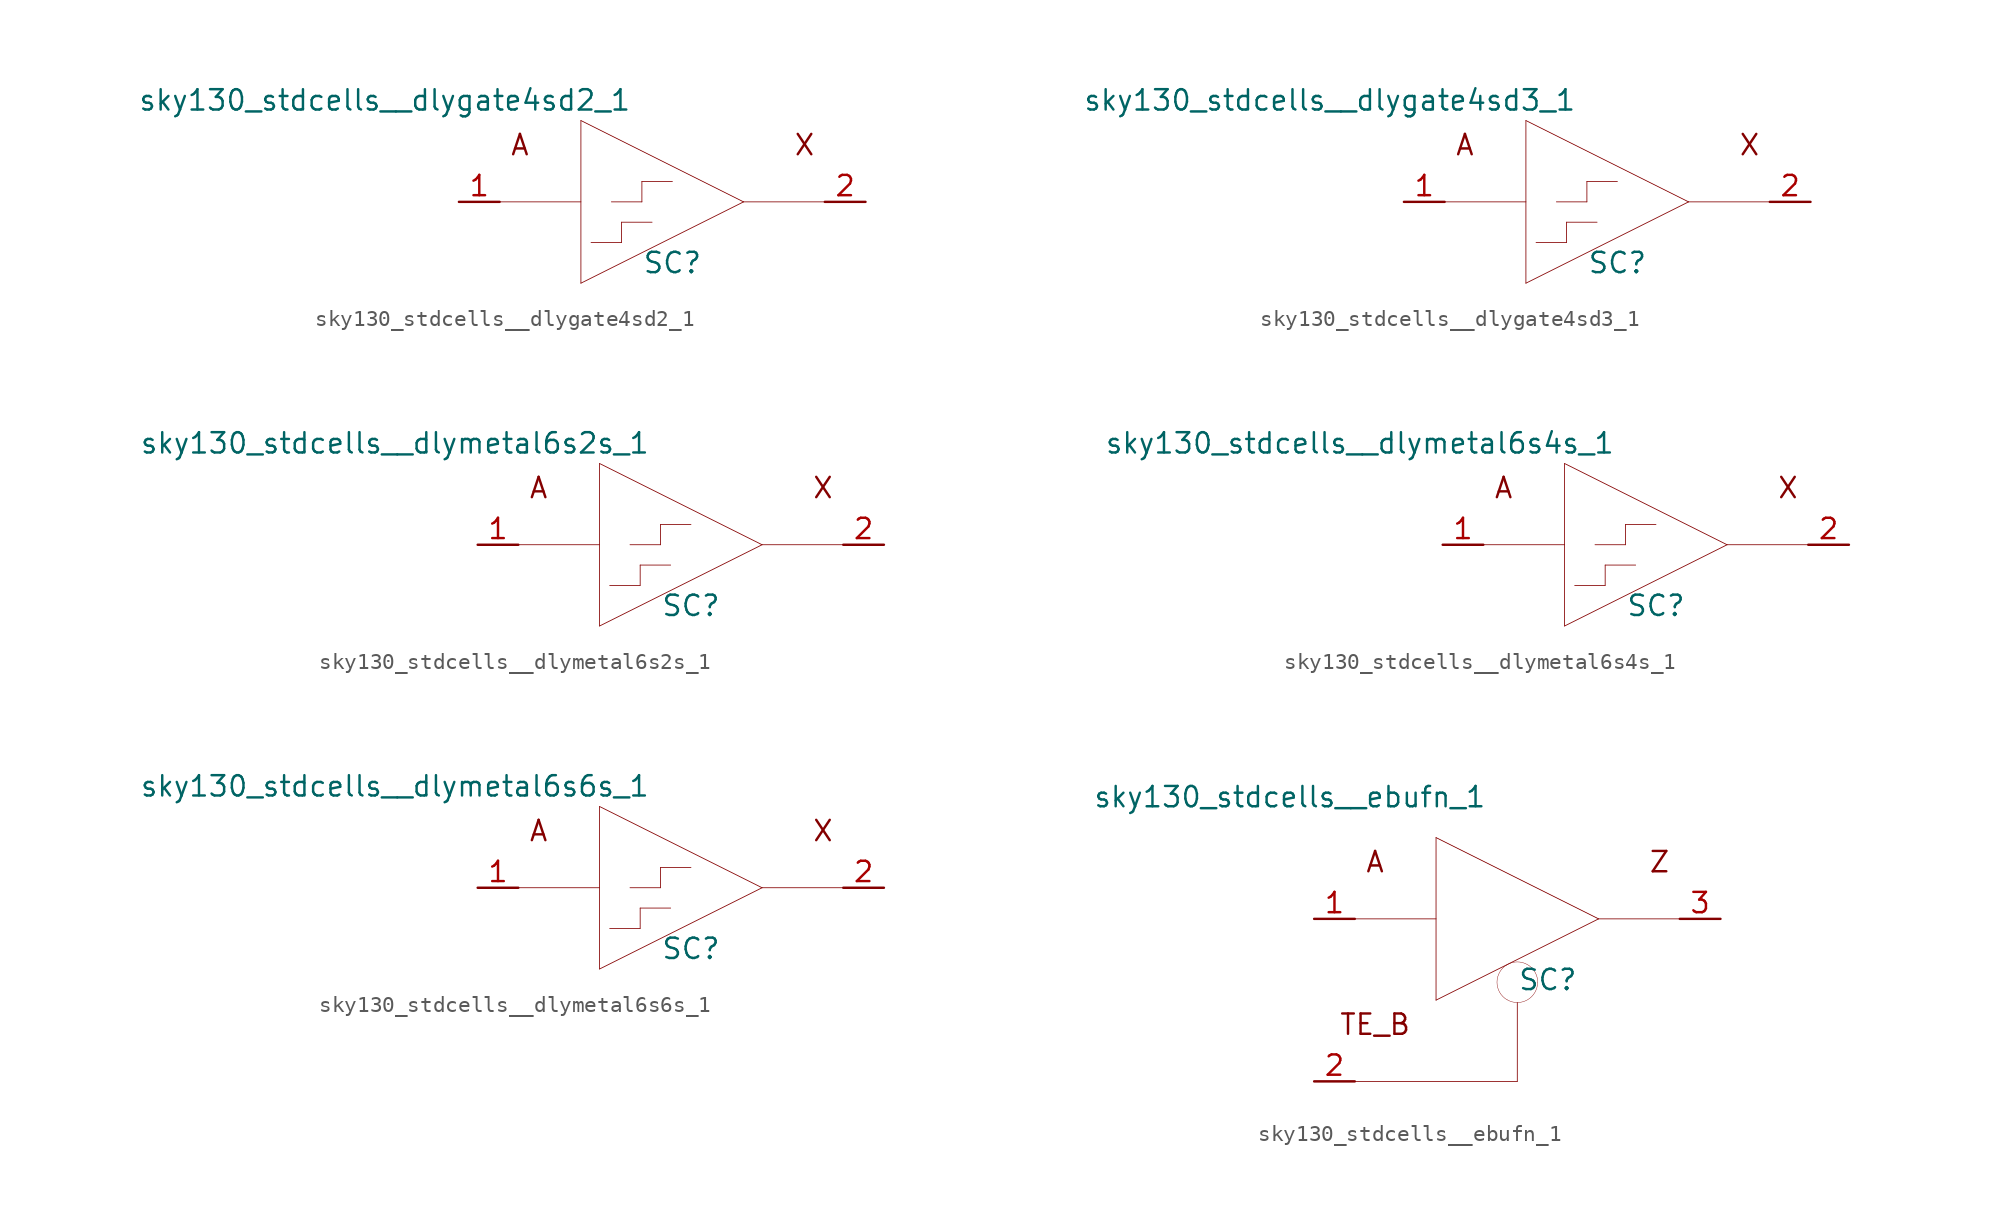
<source format=kicad_sym>
(kicad_symbol_lib
  (version 20211014)
  (generator kicad_symbol_editor)
  (symbol "sky130_stdcells__dlygate4sd2_1"
    (pin_names hide)
    (property "Reference" "SC"
      (at 0.635 -3.81 0)
      (effects (font (size 1.27 1.27))))
    (property "Value" "sky130_stdcells__dlygate4sd2_1"
      (at -1.905 6.35 0)
      (effects (font (size 1.27 1.27)) (justify right)))
    (symbol "sky130_stdcells__dlygate4sd2_1_0_0"
      (polyline (pts (xy -10.16 0) (xy -5.08 0)) (stroke (width 0.051) (type default) (color 0 0 0 0)) (fill (type none)))
      (polyline (pts (xy -5.08 -5.08) (xy 5.08 0)) (stroke (width 0.051) (type default) (color 0 0 0 0)) (fill (type none)))
      (polyline (pts (xy -5.08 5.08) (xy -5.08 -5.08)) (stroke (width 0.051) (type default) (color 0 0 0 0)) (fill (type none)))
      (polyline (pts (xy -5.08 5.08) (xy 5.08 0)) (stroke (width 0.051) (type default) (color 0 0 0 0)) (fill (type none)))
      (polyline (pts (xy -4.445 -2.54) (xy -2.54 -2.54)) (stroke (width 0.051) (type default) (color 0 0 0 0)) (fill (type none)))
      (polyline (pts (xy -3.175 0) (xy -1.27 0)) (stroke (width 0.051) (type default) (color 0 0 0 0)) (fill (type none)))
      (polyline (pts (xy -2.54 -1.27) (xy -2.54 -2.54)) (stroke (width 0.051) (type default) (color 0 0 0 0)) (fill (type none)))
      (polyline (pts (xy -2.54 -1.27) (xy -0.635 -1.27)) (stroke (width 0.051) (type default) (color 0 0 0 0)) (fill (type none)))
      (polyline (pts (xy -1.27 1.27) (xy -1.27 0)) (stroke (width 0.051) (type default) (color 0 0 0 0)) (fill (type none)))
      (polyline (pts (xy -1.27 1.27) (xy 0.635 1.27)) (stroke (width 0.051) (type default) (color 0 0 0 0)) (fill (type none)))
      (polyline (pts (xy 5.08 0) (xy 10.16 0)) (stroke (width 0.051) (type default) (color 0 0 0 0)) (fill (type none)))
      (text "A" (at -8.89 3.556 0) (effects (font (size 1.27 1.27))))
      (text "X" (at 8.89 3.556 0) (effects (font (size 1.27 1.27)))))
    (symbol "sky130_stdcells__dlygate4sd2_1_1_1"
      (pin input line (at -12.7 0 0) (length 2.54) (name "A" (effects (font (size 1.092 1.092)))) (number "1" (effects (font (size 1.27 1.27)))))
      (pin output line (at 12.7 0 180) (length 2.54) (name "X" (effects (font (size 1.092 1.092)))) (number "2" (effects (font (size 1.27 1.27)))))))
  (symbol "sky130_stdcells__dlygate4sd3_1"
    (pin_names hide)
    (property "Reference" "SC"
      (at 0.635 -3.81 0)
      (effects (font (size 1.27 1.27))))
    (property "Value" "sky130_stdcells__dlygate4sd3_1"
      (at -1.905 6.35 0)
      (effects (font (size 1.27 1.27)) (justify right)))
    (symbol "sky130_stdcells__dlygate4sd3_1_0_0"
      (polyline (pts (xy -10.16 0) (xy -5.08 0)) (stroke (width 0.051) (type default) (color 0 0 0 0)) (fill (type none)))
      (polyline (pts (xy -5.08 -5.08) (xy 5.08 0)) (stroke (width 0.051) (type default) (color 0 0 0 0)) (fill (type none)))
      (polyline (pts (xy -5.08 5.08) (xy -5.08 -5.08)) (stroke (width 0.051) (type default) (color 0 0 0 0)) (fill (type none)))
      (polyline (pts (xy -5.08 5.08) (xy 5.08 0)) (stroke (width 0.051) (type default) (color 0 0 0 0)) (fill (type none)))
      (polyline (pts (xy -4.445 -2.54) (xy -2.54 -2.54)) (stroke (width 0.051) (type default) (color 0 0 0 0)) (fill (type none)))
      (polyline (pts (xy -3.175 0) (xy -1.27 0)) (stroke (width 0.051) (type default) (color 0 0 0 0)) (fill (type none)))
      (polyline (pts (xy -2.54 -1.27) (xy -2.54 -2.54)) (stroke (width 0.051) (type default) (color 0 0 0 0)) (fill (type none)))
      (polyline (pts (xy -2.54 -1.27) (xy -0.635 -1.27)) (stroke (width 0.051) (type default) (color 0 0 0 0)) (fill (type none)))
      (polyline (pts (xy -1.27 1.27) (xy -1.27 0)) (stroke (width 0.051) (type default) (color 0 0 0 0)) (fill (type none)))
      (polyline (pts (xy -1.27 1.27) (xy 0.635 1.27)) (stroke (width 0.051) (type default) (color 0 0 0 0)) (fill (type none)))
      (polyline (pts (xy 5.08 0) (xy 10.16 0)) (stroke (width 0.051) (type default) (color 0 0 0 0)) (fill (type none)))
      (text "A" (at -8.89 3.556 0) (effects (font (size 1.27 1.27))))
      (text "X" (at 8.89 3.556 0) (effects (font (size 1.27 1.27)))))
    (symbol "sky130_stdcells__dlygate4sd3_1_1_1"
      (pin input line (at -12.7 0 0) (length 2.54) (name "A" (effects (font (size 1.092 1.092)))) (number "1" (effects (font (size 1.27 1.27)))))
      (pin output line (at 12.7 0 180) (length 2.54) (name "X" (effects (font (size 1.092 1.092)))) (number "2" (effects (font (size 1.27 1.27)))))))
  (symbol "sky130_stdcells__dlymetal6s2s_1"
    (pin_names hide)
    (property "Reference" "SC"
      (at 0.635 -3.81 0)
      (effects (font (size 1.27 1.27))))
    (property "Value" "sky130_stdcells__dlymetal6s2s_1"
      (at -1.905 6.35 0)
      (effects (font (size 1.27 1.27)) (justify right)))
    (symbol "sky130_stdcells__dlymetal6s2s_1_0_0"
      (polyline (pts (xy -10.16 0) (xy -5.08 0)) (stroke (width 0.051) (type default) (color 0 0 0 0)) (fill (type none)))
      (polyline (pts (xy -5.08 -5.08) (xy 5.08 0)) (stroke (width 0.051) (type default) (color 0 0 0 0)) (fill (type none)))
      (polyline (pts (xy -5.08 5.08) (xy -5.08 -5.08)) (stroke (width 0.051) (type default) (color 0 0 0 0)) (fill (type none)))
      (polyline (pts (xy -5.08 5.08) (xy 5.08 0)) (stroke (width 0.051) (type default) (color 0 0 0 0)) (fill (type none)))
      (polyline (pts (xy -4.445 -2.54) (xy -2.54 -2.54)) (stroke (width 0.051) (type default) (color 0 0 0 0)) (fill (type none)))
      (polyline (pts (xy -3.175 0) (xy -1.27 0)) (stroke (width 0.051) (type default) (color 0 0 0 0)) (fill (type none)))
      (polyline (pts (xy -2.54 -1.27) (xy -2.54 -2.54)) (stroke (width 0.051) (type default) (color 0 0 0 0)) (fill (type none)))
      (polyline (pts (xy -2.54 -1.27) (xy -0.635 -1.27)) (stroke (width 0.051) (type default) (color 0 0 0 0)) (fill (type none)))
      (polyline (pts (xy -1.27 1.27) (xy -1.27 0)) (stroke (width 0.051) (type default) (color 0 0 0 0)) (fill (type none)))
      (polyline (pts (xy -1.27 1.27) (xy 0.635 1.27)) (stroke (width 0.051) (type default) (color 0 0 0 0)) (fill (type none)))
      (polyline (pts (xy 5.08 0) (xy 10.16 0)) (stroke (width 0.051) (type default) (color 0 0 0 0)) (fill (type none)))
      (text "A" (at -8.89 3.556 0) (effects (font (size 1.27 1.27))))
      (text "X" (at 8.89 3.556 0) (effects (font (size 1.27 1.27)))))
    (symbol "sky130_stdcells__dlymetal6s2s_1_1_1"
      (pin input line (at -12.7 0 0) (length 2.54) (name "A" (effects (font (size 1.092 1.092)))) (number "1" (effects (font (size 1.27 1.27)))))
      (pin output line (at 12.7 0 180) (length 2.54) (name "X" (effects (font (size 1.092 1.092)))) (number "2" (effects (font (size 1.27 1.27)))))))
  (symbol "sky130_stdcells__dlymetal6s4s_1"
    (pin_names hide)
    (property "Reference" "SC"
      (at 0.635 -3.81 0)
      (effects (font (size 1.27 1.27))))
    (property "Value" "sky130_stdcells__dlymetal6s4s_1"
      (at -1.905 6.35 0)
      (effects (font (size 1.27 1.27)) (justify right)))
    (symbol "sky130_stdcells__dlymetal6s4s_1_0_0"
      (polyline (pts (xy -10.16 0) (xy -5.08 0)) (stroke (width 0.051) (type default) (color 0 0 0 0)) (fill (type none)))
      (polyline (pts (xy -5.08 -5.08) (xy 5.08 0)) (stroke (width 0.051) (type default) (color 0 0 0 0)) (fill (type none)))
      (polyline (pts (xy -5.08 5.08) (xy -5.08 -5.08)) (stroke (width 0.051) (type default) (color 0 0 0 0)) (fill (type none)))
      (polyline (pts (xy -5.08 5.08) (xy 5.08 0)) (stroke (width 0.051) (type default) (color 0 0 0 0)) (fill (type none)))
      (polyline (pts (xy -4.445 -2.54) (xy -2.54 -2.54)) (stroke (width 0.051) (type default) (color 0 0 0 0)) (fill (type none)))
      (polyline (pts (xy -3.175 0) (xy -1.27 0)) (stroke (width 0.051) (type default) (color 0 0 0 0)) (fill (type none)))
      (polyline (pts (xy -2.54 -1.27) (xy -2.54 -2.54)) (stroke (width 0.051) (type default) (color 0 0 0 0)) (fill (type none)))
      (polyline (pts (xy -2.54 -1.27) (xy -0.635 -1.27)) (stroke (width 0.051) (type default) (color 0 0 0 0)) (fill (type none)))
      (polyline (pts (xy -1.27 1.27) (xy -1.27 0)) (stroke (width 0.051) (type default) (color 0 0 0 0)) (fill (type none)))
      (polyline (pts (xy -1.27 1.27) (xy 0.635 1.27)) (stroke (width 0.051) (type default) (color 0 0 0 0)) (fill (type none)))
      (polyline (pts (xy 5.08 0) (xy 10.16 0)) (stroke (width 0.051) (type default) (color 0 0 0 0)) (fill (type none)))
      (text "A" (at -8.89 3.556 0) (effects (font (size 1.27 1.27))))
      (text "X" (at 8.89 3.556 0) (effects (font (size 1.27 1.27)))))
    (symbol "sky130_stdcells__dlymetal6s4s_1_1_1"
      (pin input line (at -12.7 0 0) (length 2.54) (name "A" (effects (font (size 1.092 1.092)))) (number "1" (effects (font (size 1.27 1.27)))))
      (pin output line (at 12.7 0 180) (length 2.54) (name "X" (effects (font (size 1.092 1.092)))) (number "2" (effects (font (size 1.27 1.27)))))))
  (symbol "sky130_stdcells__dlymetal6s6s_1"
    (pin_names hide)
    (property "Reference" "SC"
      (at 0.635 -3.81 0)
      (effects (font (size 1.27 1.27))))
    (property "Value" "sky130_stdcells__dlymetal6s6s_1"
      (at -1.905 6.35 0)
      (effects (font (size 1.27 1.27)) (justify right)))
    (symbol "sky130_stdcells__dlymetal6s6s_1_0_0"
      (polyline (pts (xy -10.16 0) (xy -5.08 0)) (stroke (width 0.051) (type default) (color 0 0 0 0)) (fill (type none)))
      (polyline (pts (xy -5.08 -5.08) (xy 5.08 0)) (stroke (width 0.051) (type default) (color 0 0 0 0)) (fill (type none)))
      (polyline (pts (xy -5.08 5.08) (xy -5.08 -5.08)) (stroke (width 0.051) (type default) (color 0 0 0 0)) (fill (type none)))
      (polyline (pts (xy -5.08 5.08) (xy 5.08 0)) (stroke (width 0.051) (type default) (color 0 0 0 0)) (fill (type none)))
      (polyline (pts (xy -4.445 -2.54) (xy -2.54 -2.54)) (stroke (width 0.051) (type default) (color 0 0 0 0)) (fill (type none)))
      (polyline (pts (xy -3.175 0) (xy -1.27 0)) (stroke (width 0.051) (type default) (color 0 0 0 0)) (fill (type none)))
      (polyline (pts (xy -2.54 -1.27) (xy -2.54 -2.54)) (stroke (width 0.051) (type default) (color 0 0 0 0)) (fill (type none)))
      (polyline (pts (xy -2.54 -1.27) (xy -0.635 -1.27)) (stroke (width 0.051) (type default) (color 0 0 0 0)) (fill (type none)))
      (polyline (pts (xy -1.27 1.27) (xy -1.27 0)) (stroke (width 0.051) (type default) (color 0 0 0 0)) (fill (type none)))
      (polyline (pts (xy -1.27 1.27) (xy 0.635 1.27)) (stroke (width 0.051) (type default) (color 0 0 0 0)) (fill (type none)))
      (polyline (pts (xy 5.08 0) (xy 10.16 0)) (stroke (width 0.051) (type default) (color 0 0 0 0)) (fill (type none)))
      (text "A" (at -8.89 3.556 0) (effects (font (size 1.27 1.27))))
      (text "X" (at 8.89 3.556 0) (effects (font (size 1.27 1.27)))))
    (symbol "sky130_stdcells__dlymetal6s6s_1_1_1"
      (pin input line (at -12.7 0 0) (length 2.54) (name "A" (effects (font (size 1.092 1.092)))) (number "1" (effects (font (size 1.27 1.27)))))
      (pin output line (at 12.7 0 180) (length 2.54) (name "X" (effects (font (size 1.092 1.092)))) (number "2" (effects (font (size 1.27 1.27)))))))
  (symbol "sky130_stdcells__ebufn_1"
    (pin_names hide)
    (property "Reference" "SC"
      (at 1.905 -3.81 0)
      (effects (font (size 1.27 1.27))))
    (property "Value" "sky130_stdcells__ebufn_1"
      (at -1.905 7.62 0)
      (effects (font (size 1.27 1.27)) (justify right)))
    (symbol "sky130_stdcells__ebufn_1_0_0"
      (arc (start -0.635 -5.0623) (mid 0.635 -5.0623) (end 1.27 -3.9624) (stroke (width 0.0254) (type default) (color 0 0 0 0)) (fill (type none)))
      (arc (start -0.635 -2.8625) (mid -1.27 -3.9624) (end -0.635 -5.0623) (stroke (width 0.0254) (type default) (color 0 0 0 0)) (fill (type none)))
      (polyline (pts (xy -10.16 -10.16) (xy 0 -10.16)) (stroke (width 0.051) (type default) (color 0 0 0 0)) (fill (type none)))
      (polyline (pts (xy -10.16 0) (xy -5.08 0)) (stroke (width 0.051) (type default) (color 0 0 0 0)) (fill (type none)))
      (polyline (pts (xy -5.08 -5.08) (xy 5.08 0)) (stroke (width 0.051) (type default) (color 0 0 0 0)) (fill (type none)))
      (polyline (pts (xy -5.08 5.08) (xy -5.08 -5.08)) (stroke (width 0.051) (type default) (color 0 0 0 0)) (fill (type none)))
      (polyline (pts (xy -5.08 5.08) (xy 5.08 0)) (stroke (width 0.051) (type default) (color 0 0 0 0)) (fill (type none)))
      (polyline (pts (xy 0 -5.232) (xy 0 -10.16)) (stroke (width 0.051) (type default) (color 0 0 0 0)) (fill (type none)))
      (polyline (pts (xy 5.08 0) (xy 10.16 0)) (stroke (width 0.051) (type default) (color 0 0 0 0)) (fill (type none)))
      (arc (start 1.27 -3.9624) (mid 0.635 -2.8626) (end -0.635 -2.8625) (stroke (width 0.0254) (type default) (color 0 0 0 0)) (fill (type none)))
      (text "A" (at -8.89 3.556 0) (effects (font (size 1.27 1.27))))
      (text "TE_B" (at -8.89 -6.604 0) (effects (font (size 1.27 1.27))))
      (text "Z" (at 8.89 3.556 0) (effects (font (size 1.27 1.27)))))
    (symbol "sky130_stdcells__ebufn_1_1_1"
      (pin input line (at -12.7 0 0) (length 2.54) (name "A" (effects (font (size 1.092 1.092)))) (number "1" (effects (font (size 1.27 1.27)))))
      (pin input line (at -12.7 -10.16 0) (length 2.54) (name "TE_B" (effects (font (size 1.092 1.092)))) (number "2" (effects (font (size 1.27 1.27)))))
      (pin output line (at 12.7 0 180) (length 2.54) (name "Z" (effects (font (size 1.092 1.092)))) (number "3" (effects (font (size 1.27 1.27))))))))
</source>
